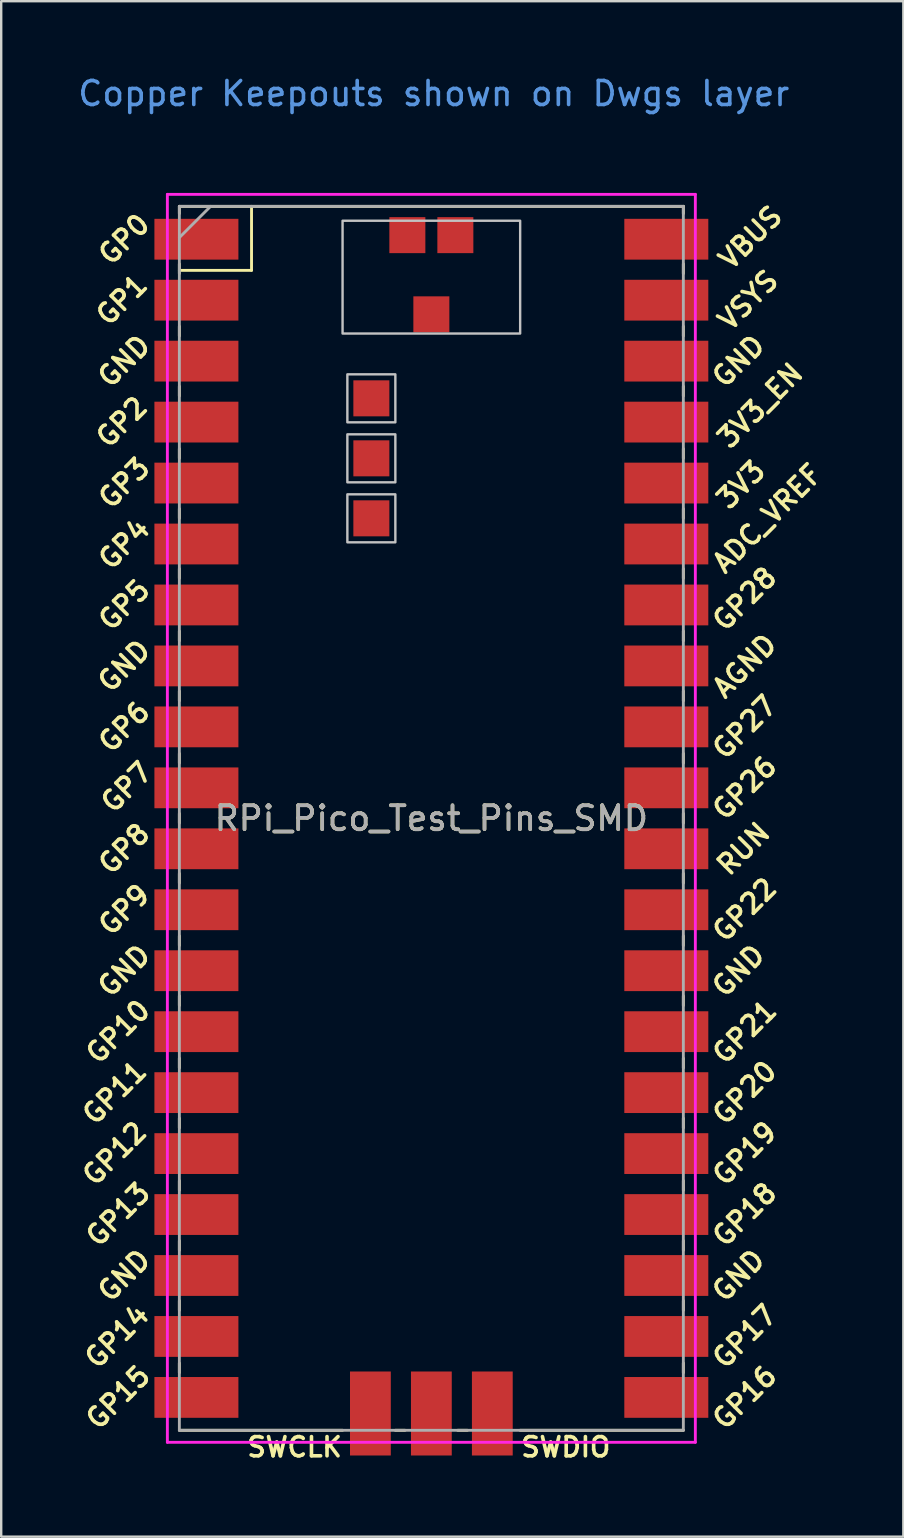
<source format=kicad_pcb>
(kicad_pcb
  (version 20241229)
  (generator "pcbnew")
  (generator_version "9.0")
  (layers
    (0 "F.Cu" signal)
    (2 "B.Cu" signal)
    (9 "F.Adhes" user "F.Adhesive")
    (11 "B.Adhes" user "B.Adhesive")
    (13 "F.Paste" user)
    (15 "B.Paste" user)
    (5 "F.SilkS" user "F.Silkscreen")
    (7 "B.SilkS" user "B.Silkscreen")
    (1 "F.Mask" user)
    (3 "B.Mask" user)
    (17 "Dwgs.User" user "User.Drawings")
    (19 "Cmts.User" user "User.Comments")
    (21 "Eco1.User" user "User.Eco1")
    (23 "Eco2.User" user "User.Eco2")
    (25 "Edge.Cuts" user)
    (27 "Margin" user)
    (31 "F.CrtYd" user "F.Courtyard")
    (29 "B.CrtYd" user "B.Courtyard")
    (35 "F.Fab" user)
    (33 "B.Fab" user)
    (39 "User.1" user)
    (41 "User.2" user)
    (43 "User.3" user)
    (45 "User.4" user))
  (footprint "RPi_Pico_Test_Pins_SMD"
    (layer "F.Cu")
    (at 14.924 31.048)
    (property "Reference" "RPi_Pico_Test_Pins_SMD" (at 0 0 0) (layer "F.SilkS") (effects (font (size 1 1) (thickness 0.15))))
    (attr through_hole)
    (fp_line (start -10.5 -25.5) (end -10.5 -25.2) (stroke (width 0.12) (type solid)) (layer "F.SilkS"))
    (fp_line (start -10.5 -25.5) (end 10.5 -25.5) (stroke (width 0.12) (type solid)) (layer "F.SilkS"))
    (fp_line (start -10.5 -23.1) (end -10.5 -22.7) (stroke (width 0.12) (type solid)) (layer "F.SilkS"))
    (fp_line (start -10.5 -22.833) (end -7.493 -22.833) (stroke (width 0.12) (type solid)) (layer "F.SilkS"))
    (fp_line (start -10.5 -20.5) (end -10.5 -20.1) (stroke (width 0.12) (type solid)) (layer "F.SilkS"))
    (fp_line (start -10.5 -18) (end -10.5 -17.6) (stroke (width 0.12) (type solid)) (layer "F.SilkS"))
    (fp_line (start -10.5 -15.4) (end -10.5 -15) (stroke (width 0.12) (type solid)) (layer "F.SilkS"))
    (fp_line (start -10.5 -12.9) (end -10.5 -12.5) (stroke (width 0.12) (type solid)) (layer "F.SilkS"))
    (fp_line (start -10.5 -10.4) (end -10.5 -10) (stroke (width 0.12) (type solid)) (layer "F.SilkS"))
    (fp_line (start -10.5 -7.8) (end -10.5 -7.4) (stroke (width 0.12) (type solid)) (layer "F.SilkS"))
    (fp_line (start -10.5 -5.3) (end -10.5 -4.9) (stroke (width 0.12) (type solid)) (layer "F.SilkS"))
    (fp_line (start -10.5 -2.7) (end -10.5 -2.3) (stroke (width 0.12) (type solid)) (layer "F.SilkS"))
    (fp_line (start -10.5 -0.2) (end -10.5 0.2) (stroke (width 0.12) (type solid)) (layer "F.SilkS"))
    (fp_line (start -10.5 2.3) (end -10.5 2.7) (stroke (width 0.12) (type solid)) (layer "F.SilkS"))
    (fp_line (start -10.5 4.9) (end -10.5 5.3) (stroke (width 0.12) (type solid)) (layer "F.SilkS"))
    (fp_line (start -10.5 7.4) (end -10.5 7.8) (stroke (width 0.12) (type solid)) (layer "F.SilkS"))
    (fp_line (start -10.5 10) (end -10.5 10.4) (stroke (width 0.12) (type solid)) (layer "F.SilkS"))
    (fp_line (start -10.5 12.5) (end -10.5 12.9) (stroke (width 0.12) (type solid)) (layer "F.SilkS"))
    (fp_line (start -10.5 15.1) (end -10.5 15.5) (stroke (width 0.12) (type solid)) (layer "F.SilkS"))
    (fp_line (start -10.5 17.6) (end -10.5 18) (stroke (width 0.12) (type solid)) (layer "F.SilkS"))
    (fp_line (start -10.5 20.1) (end -10.5 20.5) (stroke (width 0.12) (type solid)) (layer "F.SilkS"))
    (fp_line (start -10.5 22.7) (end -10.5 23.1) (stroke (width 0.12) (type solid)) (layer "F.SilkS"))
    (fp_line (start -7.493 -22.833) (end -7.493 -25.5) (stroke (width 0.12) (type solid)) (layer "F.SilkS"))
    (fp_line (start -3.7 25.5) (end -10.5 25.5) (stroke (width 0.12) (type solid)) (layer "F.SilkS"))
    (fp_line (start -1.5 25.5) (end -1.1 25.5) (stroke (width 0.12) (type solid)) (layer "F.SilkS"))
    (fp_line (start 1.1 25.5) (end 1.5 25.5) (stroke (width 0.12) (type solid)) (layer "F.SilkS"))
    (fp_line (start 10.5 -25.5) (end 10.5 -25.2) (stroke (width 0.12) (type solid)) (layer "F.SilkS"))
    (fp_line (start 10.5 -23.1) (end 10.5 -22.7) (stroke (width 0.12) (type solid)) (layer "F.SilkS"))
    (fp_line (start 10.5 -20.5) (end 10.5 -20.1) (stroke (width 0.12) (type solid)) (layer "F.SilkS"))
    (fp_line (start 10.5 -18) (end 10.5 -17.6) (stroke (width 0.12) (type solid)) (layer "F.SilkS"))
    (fp_line (start 10.5 -15.4) (end 10.5 -15) (stroke (width 0.12) (type solid)) (layer "F.SilkS"))
    (fp_line (start 10.5 -12.9) (end 10.5 -12.5) (stroke (width 0.12) (type solid)) (layer "F.SilkS"))
    (fp_line (start 10.5 -10.4) (end 10.5 -10) (stroke (width 0.12) (type solid)) (layer "F.SilkS"))
    (fp_line (start 10.5 -7.8) (end 10.5 -7.4) (stroke (width 0.12) (type solid)) (layer "F.SilkS"))
    (fp_line (start 10.5 -5.3) (end 10.5 -4.9) (stroke (width 0.12) (type solid)) (layer "F.SilkS"))
    (fp_line (start 10.5 -2.7) (end 10.5 -2.3) (stroke (width 0.12) (type solid)) (layer "F.SilkS"))
    (fp_line (start 10.5 -0.2) (end 10.5 0.2) (stroke (width 0.12) (type solid)) (layer "F.SilkS"))
    (fp_line (start 10.5 2.3) (end 10.5 2.7) (stroke (width 0.12) (type solid)) (layer "F.SilkS"))
    (fp_line (start 10.5 4.9) (end 10.5 5.3) (stroke (width 0.12) (type solid)) (layer "F.SilkS"))
    (fp_line (start 10.5 7.4) (end 10.5 7.8) (stroke (width 0.12) (type solid)) (layer "F.SilkS"))
    (fp_line (start 10.5 10) (end 10.5 10.4) (stroke (width 0.12) (type solid)) (layer "F.SilkS"))
    (fp_line (start 10.5 12.5) (end 10.5 12.9) (stroke (width 0.12) (type solid)) (layer "F.SilkS"))
    (fp_line (start 10.5 15.1) (end 10.5 15.5) (stroke (width 0.12) (type solid)) (layer "F.SilkS"))
    (fp_line (start 10.5 17.6) (end 10.5 18) (stroke (width 0.12) (type solid)) (layer "F.SilkS"))
    (fp_line (start 10.5 20.1) (end 10.5 20.5) (stroke (width 0.12) (type solid)) (layer "F.SilkS"))
    (fp_line (start 10.5 22.7) (end 10.5 23.1) (stroke (width 0.12) (type solid)) (layer "F.SilkS"))
    (fp_line (start 10.5 25.5) (end 3.7 25.5) (stroke (width 0.12) (type solid)) (layer "F.SilkS"))
    (fp_poly (pts (xy -1.5 -16.5) (xy -3.5 -16.5) (xy -3.5 -18.5) (xy -1.5 -18.5)) (stroke (width 0.1) (type solid)) (fill no) (layer "Dwgs.User"))
    (fp_poly (pts (xy -1.5 -14) (xy -3.5 -14) (xy -3.5 -16) (xy -1.5 -16)) (stroke (width 0.1) (type solid)) (fill no) (layer "Dwgs.User"))
    (fp_poly (pts (xy -1.5 -11.5) (xy -3.5 -11.5) (xy -3.5 -13.5) (xy -1.5 -13.5)) (stroke (width 0.1) (type solid)) (fill no) (layer "Dwgs.User"))
    (fp_poly (pts (xy 3.7 -20.2) (xy -3.7 -20.2) (xy -3.7 -24.9) (xy 3.7 -24.9)) (stroke (width 0.1) (type solid)) (fill no) (layer "Dwgs.User"))
    (fp_line (start -11 -26) (end 11 -26) (stroke (width 0.12) (type solid)) (layer "F.CrtYd"))
    (fp_line (start -11 26) (end -11 -26) (stroke (width 0.12) (type solid)) (layer "F.CrtYd"))
    (fp_line (start 11 -26) (end 11 26) (stroke (width 0.12) (type solid)) (layer "F.CrtYd"))
    (fp_line (start 11 26) (end -11 26) (stroke (width 0.12) (type solid)) (layer "F.CrtYd"))
    (fp_line (start -10.5 -25.5) (end 10.5 -25.5) (stroke (width 0.12) (type solid)) (layer "F.Fab"))
    (fp_line (start -10.5 -24.2) (end -9.2 -25.5) (stroke (width 0.12) (type solid)) (layer "F.Fab"))
    (fp_line (start -10.5 25.5) (end -10.5 -25.5) (stroke (width 0.12) (type solid)) (layer "F.Fab"))
    (fp_line (start 10.5 -25.5) (end 10.5 25.5) (stroke (width 0.12) (type solid)) (layer "F.Fab"))
    (fp_line (start 10.5 25.5) (end -10.5 25.5) (stroke (width 0.12) (type solid)) (layer "F.Fab"))
    (fp_text user "GP28" (at 13.054 -9.144 45) (layer "F.SilkS") (effects (font (size 0.8 0.8) (thickness 0.15))))
    (fp_text user "GP6" (at -12.8 -3.81 45) (layer "F.SilkS") (effects (font (size 0.8 0.8) (thickness 0.15))))
    (fp_text user "GND" (at -12.8 -6.35 45) (layer "F.SilkS") (effects (font (size 0.8 0.8) (thickness 0.15))))
    (fp_text user "GP5" (at -12.8 -8.89 45) (layer "F.SilkS") (effects (font (size 0.8 0.8) (thickness 0.15))))
    (fp_text user "GP4" (at -12.8 -11.43 45) (layer "F.SilkS") (effects (font (size 0.8 0.8) (thickness 0.15))))
    (fp_text user "GP1" (at -12.9 -21.6 45) (layer "F.SilkS") (effects (font (size 0.8 0.8) (thickness 0.15))))
    (fp_text user "GP19" (at 13.054 13.97 45) (layer "F.SilkS") (effects (font (size 0.8 0.8) (thickness 0.15))))
    (fp_text user "GP3" (at -12.8 -13.97 45) (layer "F.SilkS") (effects (font (size 0.8 0.8) (thickness 0.15))))
    (fp_text user "GP10" (at -13.054 8.89 45) (layer "F.SilkS") (effects (font (size 0.8 0.8) (thickness 0.15))))
    (fp_text user "GP26" (at 13.054 -1.27 45) (layer "F.SilkS") (effects (font (size 0.8 0.8) (thickness 0.15))))
    (fp_text user "GND" (at 12.8 6.35 45) (layer "F.SilkS") (effects (font (size 0.8 0.8) (thickness 0.15))))
    (fp_text user "GP17" (at 13.054 21.59 45) (layer "F.SilkS") (effects (font (size 0.8 0.8) (thickness 0.15))))
    (fp_text user "GP12" (at -13.2 13.97 45) (layer "F.SilkS") (effects (font (size 0.8 0.8) (thickness 0.15))))
    (fp_text user "GP27" (at 13.054 -3.8 45) (layer "F.SilkS") (effects (font (size 0.8 0.8) (thickness 0.15))))
    (fp_text user "GP22" (at 13.054 3.81 45) (layer "F.SilkS") (effects (font (size 0.8 0.8) (thickness 0.15))))
    (fp_text user "ADC_VREF" (at 14 -12.5 45) (layer "F.SilkS") (effects (font (size 0.8 0.8) (thickness 0.15))))
    (fp_text user "VBUS" (at 13.3 -24.2 45) (layer "F.SilkS") (effects (font (size 0.8 0.8) (thickness 0.15))))
    (fp_text user "SWCLK" (at -5.7 26.2 0) (layer "F.SilkS") (effects (font (size 0.8 0.8) (thickness 0.15))))
    (fp_text user "GP16" (at 13.054 24.13 45) (layer "F.SilkS") (effects (font (size 0.8 0.8) (thickness 0.15))))
    (fp_text user "GND" (at -12.8 19.05 45) (layer "F.SilkS") (effects (font (size 0.8 0.8) (thickness 0.15))))
    (fp_text user "3V3" (at 12.9 -13.9 45) (layer "F.SilkS") (effects (font (size 0.8 0.8) (thickness 0.15))))
    (fp_text user "GND" (at -12.8 -19.05 45) (layer "F.SilkS") (effects (font (size 0.8 0.8) (thickness 0.15))))
    (fp_text user "GND" (at 12.8 19.05 45) (layer "F.SilkS") (effects (font (size 0.8 0.8) (thickness 0.15))))
    (fp_text user "GP14" (at -13.1 21.59 45) (layer "F.SilkS") (effects (font (size 0.8 0.8) (thickness 0.15))))
    (fp_text user "GND" (at 12.8 -19.05 45) (layer "F.SilkS") (effects (font (size 0.8 0.8) (thickness 0.15))))
    (fp_text user "GP0" (at -12.8 -24.13 45) (layer "F.SilkS") (effects (font (size 0.8 0.8) (thickness 0.15))))
    (fp_text user "AGND" (at 13.054 -6.35 45) (layer "F.SilkS") (effects (font (size 0.8 0.8) (thickness 0.15))))
    (fp_text user "GP13" (at -13.054 16.51 45) (layer "F.SilkS") (effects (font (size 0.8 0.8) (thickness 0.15))))
    (fp_text user "GP2" (at -12.9 -16.51 45) (layer "F.SilkS") (effects (font (size 0.8 0.8) (thickness 0.15))))
    (fp_text user "RUN" (at 13 1.27 45) (layer "F.SilkS") (effects (font (size 0.8 0.8) (thickness 0.15))))
    (fp_text user "GP20" (at 13.054 11.43 45) (layer "F.SilkS") (effects (font (size 0.8 0.8) (thickness 0.15))))
    (fp_text user "GP11" (at -13.2 11.43 45) (layer "F.SilkS") (effects (font (size 0.8 0.8) (thickness 0.15))))
    (fp_text user "VSYS" (at 13.2 -21.59 45) (layer "F.SilkS") (effects (font (size 0.8 0.8) (thickness 0.15))))
    (fp_text user "GND" (at -12.8 6.35 45) (layer "F.SilkS") (effects (font (size 0.8 0.8) (thickness 0.15))))
    (fp_text user "GP18" (at 13.054 16.51 45) (layer "F.SilkS") (effects (font (size 0.8 0.8) (thickness 0.15))))
    (fp_text user "GP21" (at 13.054 8.9 45) (layer "F.SilkS") (effects (font (size 0.8 0.8) (thickness 0.15))))
    (fp_text user "3V3_EN" (at 13.7 -17.2 45) (layer "F.SilkS") (effects (font (size 0.8 0.8) (thickness 0.15))))
    (fp_text user "GP15" (at -13.054 24.13 45) (layer "F.SilkS") (effects (font (size 0.8 0.8) (thickness 0.15))))
    (fp_text user "GP9" (at -12.8 3.81 45) (layer "F.SilkS") (effects (font (size 0.8 0.8) (thickness 0.15))))
    (fp_text user "GP8" (at -12.8 1.27 45) (layer "F.SilkS") (effects (font (size 0.8 0.8) (thickness 0.15))))
    (fp_text user "GP7" (at -12.7 -1.3 45) (layer "F.SilkS") (effects (font (size 0.8 0.8) (thickness 0.15))))
    (fp_text user "SWDIO" (at 5.6 26.2 0) (layer "F.SilkS") (effects (font (size 0.8 0.8) (thickness 0.15))))
    (fp_text user "Copper Keepouts shown on Dwgs layer" (at 0.1 -30.2 0) (layer "Cmts.User") (effects (font (size 1 1) (thickness 0.15))))
    (fp_text user "${REFERENCE}" (at 0 0 180) (layer "F.Fab") (effects (font (size 1 1) (thickness 0.15))))
    (pad "1" smd rect (at -8.89 -24.13) (size 3.5 1.7) (drill (offset -0.9 0)) (layers "F.Cu" "F.Mask"))
    (pad "2" smd rect (at -8.89 -21.59) (size 3.5 1.7) (drill (offset -0.9 0)) (layers "F.Cu" "F.Mask"))
    (pad "3" smd rect (at -8.89 -19.05) (size 3.5 1.7) (drill (offset -0.9 0)) (layers "F.Cu" "F.Mask"))
    (pad "4" smd rect (at -8.89 -16.51) (size 3.5 1.7) (drill (offset -0.9 0)) (layers "F.Cu" "F.Mask"))
    (pad "5" smd rect (at -8.89 -13.97) (size 3.5 1.7) (drill (offset -0.9 0)) (layers "F.Cu" "F.Mask"))
    (pad "6" smd rect (at -8.89 -11.43) (size 3.5 1.7) (drill (offset -0.9 0)) (layers "F.Cu" "F.Mask"))
    (pad "7" smd rect (at -8.89 -8.89) (size 3.5 1.7) (drill (offset -0.9 0)) (layers "F.Cu" "F.Mask"))
    (pad "8" smd rect (at -8.89 -6.35) (size 3.5 1.7) (drill (offset -0.9 0)) (layers "F.Cu" "F.Mask"))
    (pad "9" smd rect (at -8.89 -3.81) (size 3.5 1.7) (drill (offset -0.9 0)) (layers "F.Cu" "F.Mask"))
    (pad "10" smd rect (at -8.89 -1.27) (size 3.5 1.7) (drill (offset -0.9 0)) (layers "F.Cu" "F.Mask"))
    (pad "11" smd rect (at -8.89 1.27) (size 3.5 1.7) (drill (offset -0.9 0)) (layers "F.Cu" "F.Mask"))
    (pad "12" smd rect (at -8.89 3.81) (size 3.5 1.7) (drill (offset -0.9 0)) (layers "F.Cu" "F.Mask"))
    (pad "13" smd rect (at -8.89 6.35) (size 3.5 1.7) (drill (offset -0.9 0)) (layers "F.Cu" "F.Mask"))
    (pad "14" smd rect (at -8.89 8.89) (size 3.5 1.7) (drill (offset -0.9 0)) (layers "F.Cu" "F.Mask"))
    (pad "15" smd rect (at -8.89 11.43) (size 3.5 1.7) (drill (offset -0.9 0)) (layers "F.Cu" "F.Mask"))
    (pad "16" smd rect (at -8.89 13.97) (size 3.5 1.7) (drill (offset -0.9 0)) (layers "F.Cu" "F.Mask"))
    (pad "17" smd rect (at -8.89 16.51) (size 3.5 1.7) (drill (offset -0.9 0)) (layers "F.Cu" "F.Mask"))
    (pad "18" smd rect (at -8.89 19.05) (size 3.5 1.7) (drill (offset -0.9 0)) (layers "F.Cu" "F.Mask"))
    (pad "19" smd rect (at -8.89 21.59) (size 3.5 1.7) (drill (offset -0.9 0)) (layers "F.Cu" "F.Mask"))
    (pad "20" smd rect (at -8.89 24.13) (size 3.5 1.7) (drill (offset -0.9 0)) (layers "F.Cu" "F.Mask"))
    (pad "21" smd rect (at 8.89 24.13) (size 3.5 1.7) (drill (offset 0.9 0)) (layers "F.Cu" "F.Mask"))
    (pad "22" smd rect (at 8.89 21.59) (size 3.5 1.7) (drill (offset 0.9 0)) (layers "F.Cu" "F.Mask"))
    (pad "23" smd rect (at 8.89 19.05) (size 3.5 1.7) (drill (offset 0.9 0)) (layers "F.Cu" "F.Mask"))
    (pad "24" smd rect (at 8.89 16.51) (size 3.5 1.7) (drill (offset 0.9 0)) (layers "F.Cu" "F.Mask"))
    (pad "25" smd rect (at 8.89 13.97) (size 3.5 1.7) (drill (offset 0.9 0)) (layers "F.Cu" "F.Mask"))
    (pad "26" smd rect (at 8.89 11.43) (size 3.5 1.7) (drill (offset 0.9 0)) (layers "F.Cu" "F.Mask"))
    (pad "27" smd rect (at 8.89 8.89) (size 3.5 1.7) (drill (offset 0.9 0)) (layers "F.Cu" "F.Mask"))
    (pad "28" smd rect (at 8.89 6.35) (size 3.5 1.7) (drill (offset 0.9 0)) (layers "F.Cu" "F.Mask"))
    (pad "29" smd rect (at 8.89 3.81) (size 3.5 1.7) (drill (offset 0.9 0)) (layers "F.Cu" "F.Mask"))
    (pad "30" smd rect (at 8.89 1.27) (size 3.5 1.7) (drill (offset 0.9 0)) (layers "F.Cu" "F.Mask"))
    (pad "31" smd rect (at 8.89 -1.27) (size 3.5 1.7) (drill (offset 0.9 0)) (layers "F.Cu" "F.Mask"))
    (pad "32" smd rect (at 8.89 -3.81) (size 3.5 1.7) (drill (offset 0.9 0)) (layers "F.Cu" "F.Mask"))
    (pad "33" smd rect (at 8.89 -6.35) (size 3.5 1.7) (drill (offset 0.9 0)) (layers "F.Cu" "F.Mask"))
    (pad "34" smd rect (at 8.89 -8.89) (size 3.5 1.7) (drill (offset 0.9 0)) (layers "F.Cu" "F.Mask"))
    (pad "35" smd rect (at 8.89 -11.43) (size 3.5 1.7) (drill (offset 0.9 0)) (layers "F.Cu" "F.Mask"))
    (pad "36" smd rect (at 8.89 -13.97) (size 3.5 1.7) (drill (offset 0.9 0)) (layers "F.Cu" "F.Mask"))
    (pad "37" smd rect (at 8.89 -16.51) (size 3.5 1.7) (drill (offset 0.9 0)) (layers "F.Cu" "F.Mask"))
    (pad "38" smd rect (at 8.89 -19.05) (size 3.5 1.7) (drill (offset 0.9 0)) (layers "F.Cu" "F.Mask"))
    (pad "39" smd rect (at 8.89 -21.59) (size 3.5 1.7) (drill (offset 0.9 0)) (layers "F.Cu" "F.Mask"))
    (pad "40" smd rect (at 8.89 -24.13) (size 3.5 1.7) (drill (offset 0.9 0)) (layers "F.Cu" "F.Mask"))
    (pad "41" smd rect (at -2.54 23.9 90) (size 3.5 1.7) (drill (offset -0.9 0)) (layers "F.Cu" "F.Mask"))
    (pad "42" smd rect (at 0 23.9 90) (size 3.5 1.7) (drill (offset -0.9 0)) (layers "F.Cu" "F.Mask"))
    (pad "43" smd rect (at 2.54 23.9 90) (size 3.5 1.7) (drill (offset -0.9 0)) (layers "F.Cu" "F.Mask"))
    (pad "TP1" smd rect (at 0 -21) (size 1.5 1.5) (layers "F.Cu" "F.Mask" "F.Paste"))
    (pad "TP2" smd rect (at 1 -24.3) (size 1.5 1.5) (layers "F.Cu" "F.Mask" "F.Paste"))
    (pad "TP3" smd rect (at -1 -24.3) (size 1.5 1.5) (layers "F.Cu" "F.Mask" "F.Paste"))
    (pad "TP4" smd rect (at -2.5 -17.5) (size 1.5 1.5) (layers "F.Cu" "F.Mask" "F.Paste"))
    (pad "TP5" smd rect (at -2.5 -15) (size 1.5 1.5) (layers "F.Cu" "F.Mask" "F.Paste"))
    (pad "TP6" smd rect (at -2.5 -12.5) (size 1.5 1.5) (layers "F.Cu" "F.Mask" "F.Paste")))
  (gr_rect
    (start -3 -3)
    (end 34.591 60.98)
    (stroke (width 0.1) (type default))
    (fill no)
    (layer "Edge.Cuts")))
</source>
